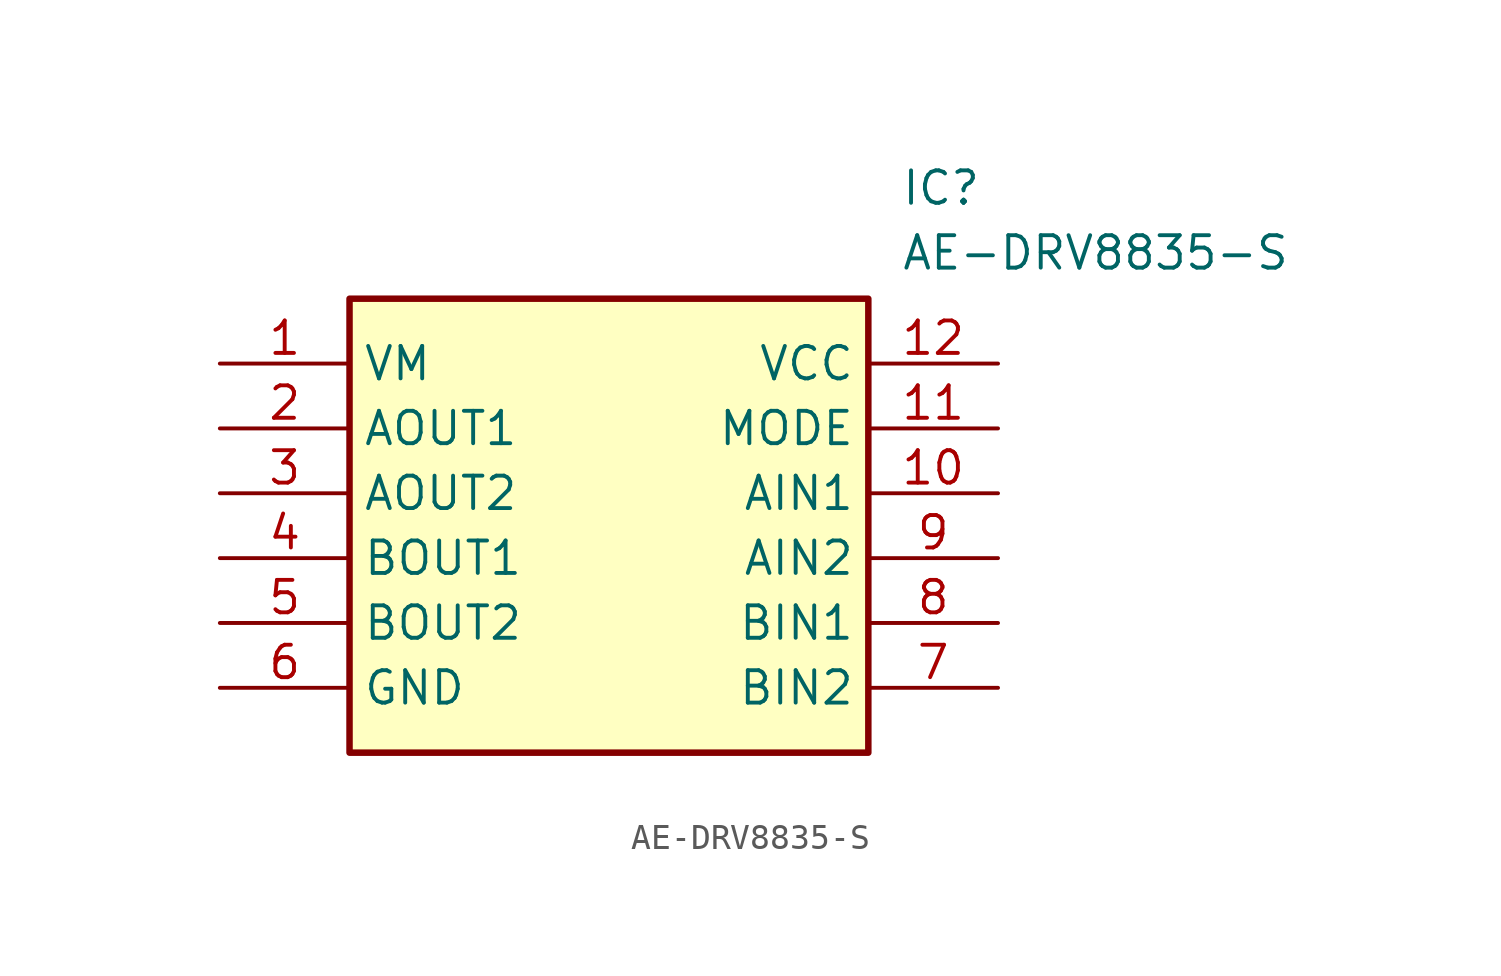
<source format=kicad_sym>
(kicad_symbol_lib
  (version 20211014)
  (generator SamacSys_ECAD_Model)
  (symbol "AE-DRV8835-S"
    (property "Reference" "IC"
      (at 26.67 7.62 0)
      (effects (font (size 1.27 1.27)) (justify left top)))
    (property "Value" "AE-DRV8835-S"
      (at 26.67 5.08 0)
      (effects (font (size 1.27 1.27)) (justify left top)))
    (rectangle
      (start 5.08 2.54)
      (end 25.4 -15.24)
      (stroke (width 0.254) (type default))
      (fill (type background)))
    (pin passive line
      (at 0 0 0)
      (length 5.08)
      (name "VM" (effects (font (size 1.27 1.27))))
      (number "1" (effects (font (size 1.27 1.27)))))
    (pin passive line
      (at 0 -2.54 0)
      (length 5.08)
      (name "AOUT1" (effects (font (size 1.27 1.27))))
      (number "2" (effects (font (size 1.27 1.27)))))
    (pin passive line
      (at 0 -5.08 0)
      (length 5.08)
      (name "AOUT2" (effects (font (size 1.27 1.27))))
      (number "3" (effects (font (size 1.27 1.27)))))
    (pin passive line
      (at 0 -7.62 0)
      (length 5.08)
      (name "BOUT1" (effects (font (size 1.27 1.27))))
      (number "4" (effects (font (size 1.27 1.27)))))
    (pin passive line
      (at 0 -10.16 0)
      (length 5.08)
      (name "BOUT2" (effects (font (size 1.27 1.27))))
      (number "5" (effects (font (size 1.27 1.27)))))
    (pin passive line
      (at 0 -12.7 0)
      (length 5.08)
      (name "GND" (effects (font (size 1.27 1.27))))
      (number "6" (effects (font (size 1.27 1.27)))))
    (pin passive line
      (at 30.48 -12.7 180)
      (length 5.08)
      (name "BIN2" (effects (font (size 1.27 1.27))))
      (number "7" (effects (font (size 1.27 1.27)))))
    (pin passive line
      (at 30.48 -10.16 180)
      (length 5.08)
      (name "BIN1" (effects (font (size 1.27 1.27))))
      (number "8" (effects (font (size 1.27 1.27)))))
    (pin passive line
      (at 30.48 -7.62 180)
      (length 5.08)
      (name "AIN2" (effects (font (size 1.27 1.27))))
      (number "9" (effects (font (size 1.27 1.27)))))
    (pin passive line
      (at 30.48 -5.08 180)
      (length 5.08)
      (name "AIN1" (effects (font (size 1.27 1.27))))
      (number "10" (effects (font (size 1.27 1.27)))))
    (pin passive line
      (at 30.48 -2.54 180)
      (length 5.08)
      (name "MODE" (effects (font (size 1.27 1.27))))
      (number "11" (effects (font (size 1.27 1.27)))))
    (pin passive line
      (at 30.48 0 180)
      (length 5.08)
      (name "VCC" (effects (font (size 1.27 1.27))))
      (number "12" (effects (font (size 1.27 1.27)))))))
</source>
